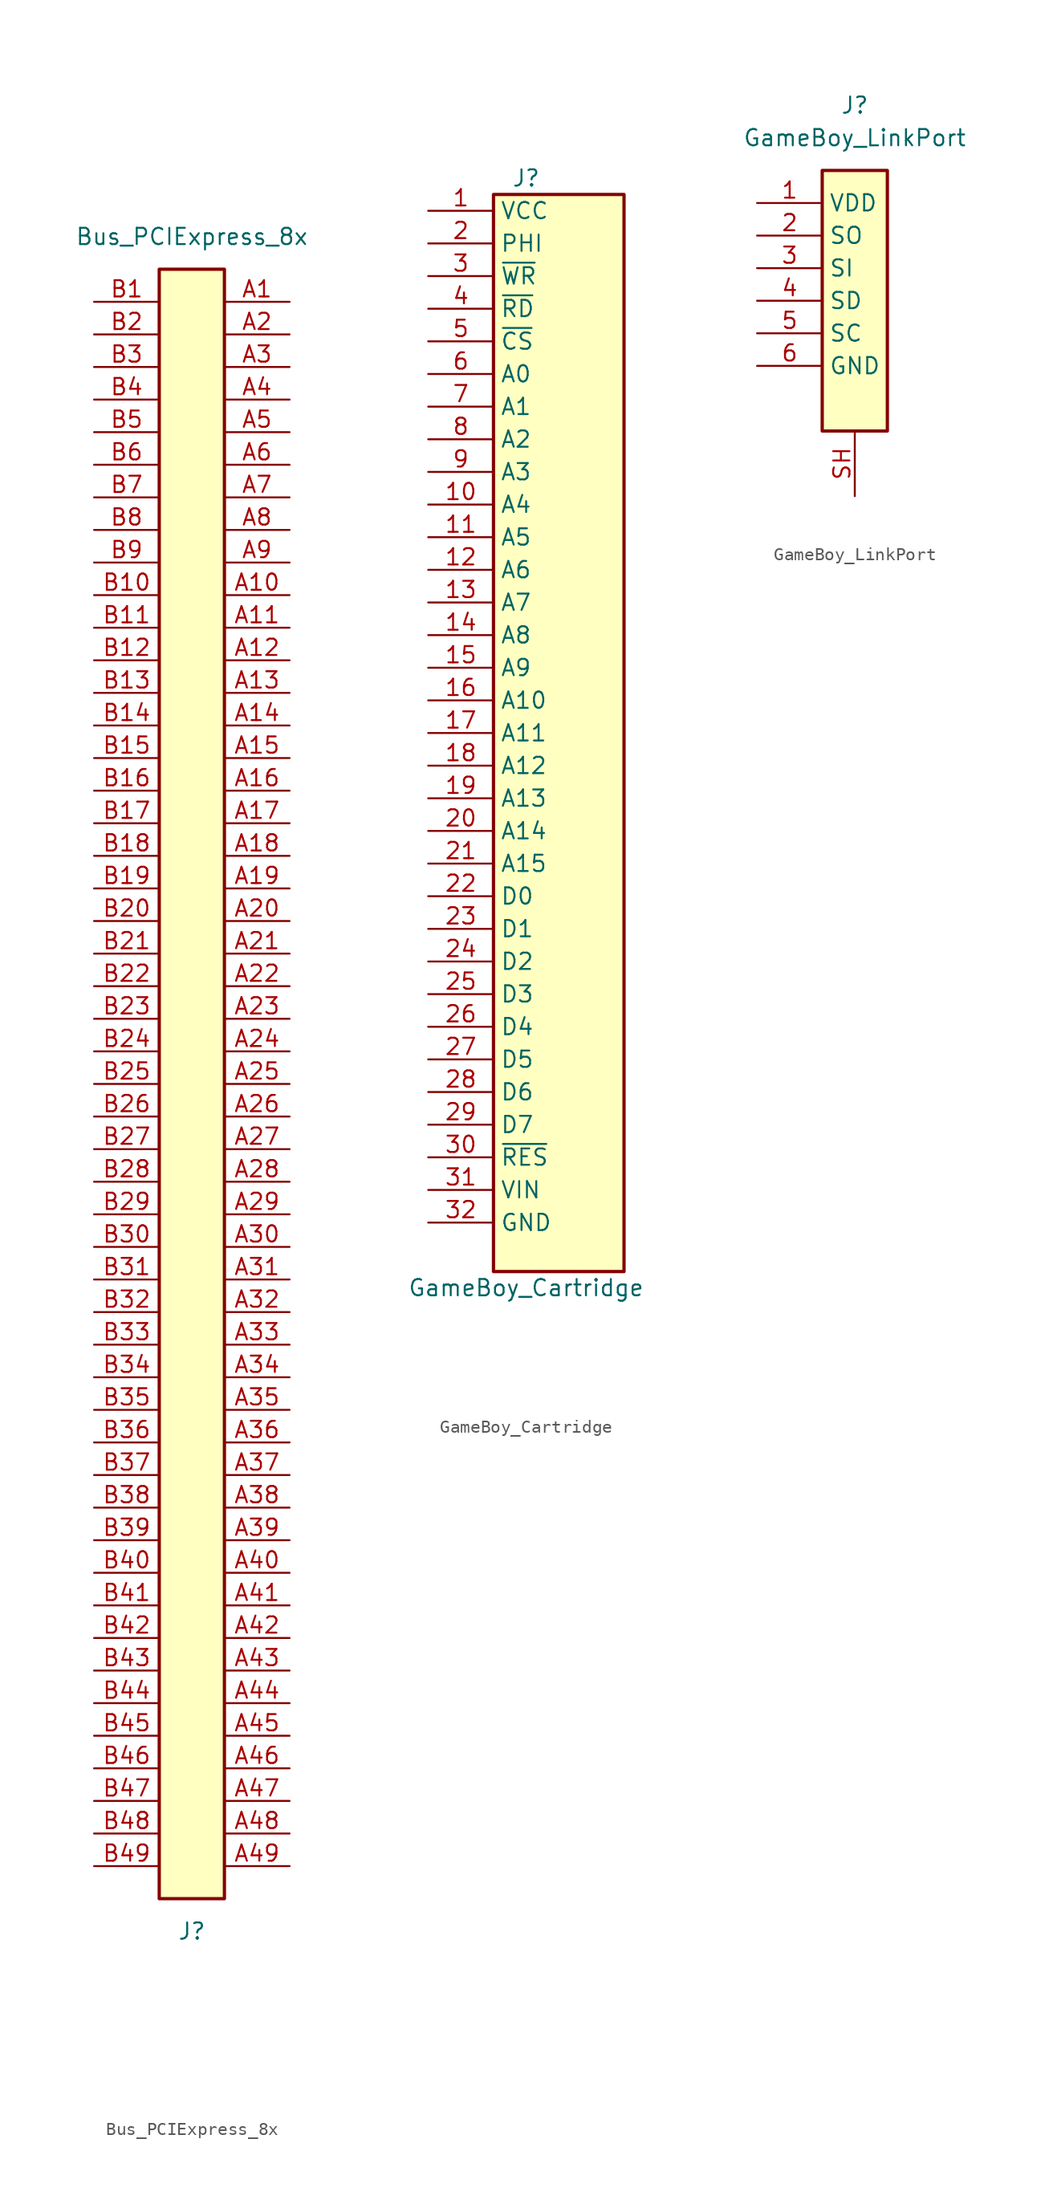
<source format=kicad_sym>
(kicad_symbol_lib
  (version 20211014)
  (generator kicad_symbol_editor)
  (symbol "Bus_PCIExpress_8x"
    (property "Reference" "J"
      (at 0 -66.04 0)
      (effects (font (size 1.27 1.27))))
    (property "Value" "Bus_PCIExpress_8x"
      (at 0 66.04 0)
      (effects (font (size 1.27 1.27))))
    (symbol "Bus_PCIExpress_8x_0_1"
      (rectangle (start -2.54 63.5) (end 2.54 -63.5) (stroke (width 0.254) (type default) (color 0 0 0 0)) (fill (type background))))
    (symbol "Bus_PCIExpress_8x_1_1"
      (pin passive line (at 7.62 60.96 180) (length 5.08) (name "~" (effects (font (size 1.27 1.27)))) (number "A1" (effects (font (size 1.27 1.27)))))
      (pin passive line (at 7.62 38.1 180) (length 5.08) (name "~" (effects (font (size 1.27 1.27)))) (number "A10" (effects (font (size 1.27 1.27)))))
      (pin passive line (at 7.62 35.56 180) (length 5.08) (name "~" (effects (font (size 1.27 1.27)))) (number "A11" (effects (font (size 1.27 1.27)))))
      (pin passive line (at 7.62 33.02 180) (length 5.08) (name "~" (effects (font (size 1.27 1.27)))) (number "A12" (effects (font (size 1.27 1.27)))))
      (pin passive line (at 7.62 30.48 180) (length 5.08) (name "~" (effects (font (size 1.27 1.27)))) (number "A13" (effects (font (size 1.27 1.27)))))
      (pin passive line (at 7.62 27.94 180) (length 5.08) (name "~" (effects (font (size 1.27 1.27)))) (number "A14" (effects (font (size 1.27 1.27)))))
      (pin passive line (at 7.62 25.4 180) (length 5.08) (name "~" (effects (font (size 1.27 1.27)))) (number "A15" (effects (font (size 1.27 1.27)))))
      (pin passive line (at 7.62 22.86 180) (length 5.08) (name "~" (effects (font (size 1.27 1.27)))) (number "A16" (effects (font (size 1.27 1.27)))))
      (pin passive line (at 7.62 20.32 180) (length 5.08) (name "~" (effects (font (size 1.27 1.27)))) (number "A17" (effects (font (size 1.27 1.27)))))
      (pin passive line (at 7.62 17.78 180) (length 5.08) (name "~" (effects (font (size 1.27 1.27)))) (number "A18" (effects (font (size 1.27 1.27)))))
      (pin passive line (at 7.62 15.24 180) (length 5.08) (name "~" (effects (font (size 1.27 1.27)))) (number "A19" (effects (font (size 1.27 1.27)))))
      (pin passive line (at 7.62 58.42 180) (length 5.08) (name "~" (effects (font (size 1.27 1.27)))) (number "A2" (effects (font (size 1.27 1.27)))))
      (pin passive line (at 7.62 12.7 180) (length 5.08) (name "~" (effects (font (size 1.27 1.27)))) (number "A20" (effects (font (size 1.27 1.27)))))
      (pin passive line (at 7.62 10.16 180) (length 5.08) (name "~" (effects (font (size 1.27 1.27)))) (number "A21" (effects (font (size 1.27 1.27)))))
      (pin passive line (at 7.62 7.62 180) (length 5.08) (name "~" (effects (font (size 1.27 1.27)))) (number "A22" (effects (font (size 1.27 1.27)))))
      (pin passive line (at 7.62 5.08 180) (length 5.08) (name "~" (effects (font (size 1.27 1.27)))) (number "A23" (effects (font (size 1.27 1.27)))))
      (pin passive line (at 7.62 2.54 180) (length 5.08) (name "~" (effects (font (size 1.27 1.27)))) (number "A24" (effects (font (size 1.27 1.27)))))
      (pin passive line (at 7.62 0 180) (length 5.08) (name "~" (effects (font (size 1.27 1.27)))) (number "A25" (effects (font (size 1.27 1.27)))))
      (pin passive line (at 7.62 -2.54 180) (length 5.08) (name "~" (effects (font (size 1.27 1.27)))) (number "A26" (effects (font (size 1.27 1.27)))))
      (pin passive line (at 7.62 -5.08 180) (length 5.08) (name "~" (effects (font (size 1.27 1.27)))) (number "A27" (effects (font (size 1.27 1.27)))))
      (pin passive line (at 7.62 -7.62 180) (length 5.08) (name "~" (effects (font (size 1.27 1.27)))) (number "A28" (effects (font (size 1.27 1.27)))))
      (pin passive line (at 7.62 -10.16 180) (length 5.08) (name "~" (effects (font (size 1.27 1.27)))) (number "A29" (effects (font (size 1.27 1.27)))))
      (pin passive line (at 7.62 55.88 180) (length 5.08) (name "~" (effects (font (size 1.27 1.27)))) (number "A3" (effects (font (size 1.27 1.27)))))
      (pin passive line (at 7.62 -12.7 180) (length 5.08) (name "~" (effects (font (size 1.27 1.27)))) (number "A30" (effects (font (size 1.27 1.27)))))
      (pin passive line (at 7.62 -15.24 180) (length 5.08) (name "~" (effects (font (size 1.27 1.27)))) (number "A31" (effects (font (size 1.27 1.27)))))
      (pin passive line (at 7.62 -17.78 180) (length 5.08) (name "~" (effects (font (size 1.27 1.27)))) (number "A32" (effects (font (size 1.27 1.27)))))
      (pin passive line (at 7.62 -20.32 180) (length 5.08) (name "~" (effects (font (size 1.27 1.27)))) (number "A33" (effects (font (size 1.27 1.27)))))
      (pin passive line (at 7.62 -22.86 180) (length 5.08) (name "~" (effects (font (size 1.27 1.27)))) (number "A34" (effects (font (size 1.27 1.27)))))
      (pin passive line (at 7.62 -25.4 180) (length 5.08) (name "~" (effects (font (size 1.27 1.27)))) (number "A35" (effects (font (size 1.27 1.27)))))
      (pin passive line (at 7.62 -27.94 180) (length 5.08) (name "~" (effects (font (size 1.27 1.27)))) (number "A36" (effects (font (size 1.27 1.27)))))
      (pin passive line (at 7.62 -30.48 180) (length 5.08) (name "~" (effects (font (size 1.27 1.27)))) (number "A37" (effects (font (size 1.27 1.27)))))
      (pin passive line (at 7.62 -33.02 180) (length 5.08) (name "~" (effects (font (size 1.27 1.27)))) (number "A38" (effects (font (size 1.27 1.27)))))
      (pin passive line (at 7.62 -35.56 180) (length 5.08) (name "~" (effects (font (size 1.27 1.27)))) (number "A39" (effects (font (size 1.27 1.27)))))
      (pin passive line (at 7.62 53.34 180) (length 5.08) (name "~" (effects (font (size 1.27 1.27)))) (number "A4" (effects (font (size 1.27 1.27)))))
      (pin passive line (at 7.62 -38.1 180) (length 5.08) (name "~" (effects (font (size 1.27 1.27)))) (number "A40" (effects (font (size 1.27 1.27)))))
      (pin passive line (at 7.62 -40.64 180) (length 5.08) (name "~" (effects (font (size 1.27 1.27)))) (number "A41" (effects (font (size 1.27 1.27)))))
      (pin passive line (at 7.62 -43.18 180) (length 5.08) (name "~" (effects (font (size 1.27 1.27)))) (number "A42" (effects (font (size 1.27 1.27)))))
      (pin passive line (at 7.62 -45.72 180) (length 5.08) (name "~" (effects (font (size 1.27 1.27)))) (number "A43" (effects (font (size 1.27 1.27)))))
      (pin passive line (at 7.62 -48.26 180) (length 5.08) (name "~" (effects (font (size 1.27 1.27)))) (number "A44" (effects (font (size 1.27 1.27)))))
      (pin passive line (at 7.62 -50.8 180) (length 5.08) (name "~" (effects (font (size 1.27 1.27)))) (number "A45" (effects (font (size 1.27 1.27)))))
      (pin passive line (at 7.62 -53.34 180) (length 5.08) (name "~" (effects (font (size 1.27 1.27)))) (number "A46" (effects (font (size 1.27 1.27)))))
      (pin passive line (at 7.62 -55.88 180) (length 5.08) (name "~" (effects (font (size 1.27 1.27)))) (number "A47" (effects (font (size 1.27 1.27)))))
      (pin passive line (at 7.62 -58.42 180) (length 5.08) (name "~" (effects (font (size 1.27 1.27)))) (number "A48" (effects (font (size 1.27 1.27)))))
      (pin passive line (at 7.62 -60.96 180) (length 5.08) (name "~" (effects (font (size 1.27 1.27)))) (number "A49" (effects (font (size 1.27 1.27)))))
      (pin passive line (at 7.62 50.8 180) (length 5.08) (name "~" (effects (font (size 1.27 1.27)))) (number "A5" (effects (font (size 1.27 1.27)))))
      (pin passive line (at 7.62 48.26 180) (length 5.08) (name "~" (effects (font (size 1.27 1.27)))) (number "A6" (effects (font (size 1.27 1.27)))))
      (pin passive line (at 7.62 45.72 180) (length 5.08) (name "~" (effects (font (size 1.27 1.27)))) (number "A7" (effects (font (size 1.27 1.27)))))
      (pin passive line (at 7.62 43.18 180) (length 5.08) (name "~" (effects (font (size 1.27 1.27)))) (number "A8" (effects (font (size 1.27 1.27)))))
      (pin passive line (at 7.62 40.64 180) (length 5.08) (name "~" (effects (font (size 1.27 1.27)))) (number "A9" (effects (font (size 1.27 1.27)))))
      (pin passive line (at -7.62 60.96 0) (length 5.08) (name "~" (effects (font (size 1.27 1.27)))) (number "B1" (effects (font (size 1.27 1.27)))))
      (pin passive line (at -7.62 38.1 0) (length 5.08) (name "~" (effects (font (size 1.27 1.27)))) (number "B10" (effects (font (size 1.27 1.27)))))
      (pin passive line (at -7.62 35.56 0) (length 5.08) (name "~" (effects (font (size 1.27 1.27)))) (number "B11" (effects (font (size 1.27 1.27)))))
      (pin passive line (at -7.62 33.02 0) (length 5.08) (name "~" (effects (font (size 1.27 1.27)))) (number "B12" (effects (font (size 1.27 1.27)))))
      (pin passive line (at -7.62 30.48 0) (length 5.08) (name "~" (effects (font (size 1.27 1.27)))) (number "B13" (effects (font (size 1.27 1.27)))))
      (pin passive line (at -7.62 27.94 0) (length 5.08) (name "~" (effects (font (size 1.27 1.27)))) (number "B14" (effects (font (size 1.27 1.27)))))
      (pin passive line (at -7.62 25.4 0) (length 5.08) (name "~" (effects (font (size 1.27 1.27)))) (number "B15" (effects (font (size 1.27 1.27)))))
      (pin passive line (at -7.62 22.86 0) (length 5.08) (name "~" (effects (font (size 1.27 1.27)))) (number "B16" (effects (font (size 1.27 1.27)))))
      (pin passive line (at -7.62 20.32 0) (length 5.08) (name "~" (effects (font (size 1.27 1.27)))) (number "B17" (effects (font (size 1.27 1.27)))))
      (pin passive line (at -7.62 17.78 0) (length 5.08) (name "~" (effects (font (size 1.27 1.27)))) (number "B18" (effects (font (size 1.27 1.27)))))
      (pin passive line (at -7.62 15.24 0) (length 5.08) (name "~" (effects (font (size 1.27 1.27)))) (number "B19" (effects (font (size 1.27 1.27)))))
      (pin passive line (at -7.62 58.42 0) (length 5.08) (name "~" (effects (font (size 1.27 1.27)))) (number "B2" (effects (font (size 1.27 1.27)))))
      (pin passive line (at -7.62 12.7 0) (length 5.08) (name "~" (effects (font (size 1.27 1.27)))) (number "B20" (effects (font (size 1.27 1.27)))))
      (pin passive line (at -7.62 10.16 0) (length 5.08) (name "~" (effects (font (size 1.27 1.27)))) (number "B21" (effects (font (size 1.27 1.27)))))
      (pin passive line (at -7.62 7.62 0) (length 5.08) (name "~" (effects (font (size 1.27 1.27)))) (number "B22" (effects (font (size 1.27 1.27)))))
      (pin passive line (at -7.62 5.08 0) (length 5.08) (name "~" (effects (font (size 1.27 1.27)))) (number "B23" (effects (font (size 1.27 1.27)))))
      (pin passive line (at -7.62 2.54 0) (length 5.08) (name "~" (effects (font (size 1.27 1.27)))) (number "B24" (effects (font (size 1.27 1.27)))))
      (pin passive line (at -7.62 0 0) (length 5.08) (name "~" (effects (font (size 1.27 1.27)))) (number "B25" (effects (font (size 1.27 1.27)))))
      (pin passive line (at -7.62 -2.54 0) (length 5.08) (name "~" (effects (font (size 1.27 1.27)))) (number "B26" (effects (font (size 1.27 1.27)))))
      (pin passive line (at -7.62 -5.08 0) (length 5.08) (name "~" (effects (font (size 1.27 1.27)))) (number "B27" (effects (font (size 1.27 1.27)))))
      (pin passive line (at -7.62 -7.62 0) (length 5.08) (name "~" (effects (font (size 1.27 1.27)))) (number "B28" (effects (font (size 1.27 1.27)))))
      (pin passive line (at -7.62 -10.16 0) (length 5.08) (name "~" (effects (font (size 1.27 1.27)))) (number "B29" (effects (font (size 1.27 1.27)))))
      (pin passive line (at -7.62 55.88 0) (length 5.08) (name "~" (effects (font (size 1.27 1.27)))) (number "B3" (effects (font (size 1.27 1.27)))))
      (pin passive line (at -7.62 -12.7 0) (length 5.08) (name "~" (effects (font (size 1.27 1.27)))) (number "B30" (effects (font (size 1.27 1.27)))))
      (pin passive line (at -7.62 -15.24 0) (length 5.08) (name "~" (effects (font (size 1.27 1.27)))) (number "B31" (effects (font (size 1.27 1.27)))))
      (pin passive line (at -7.62 -17.78 0) (length 5.08) (name "~" (effects (font (size 1.27 1.27)))) (number "B32" (effects (font (size 1.27 1.27)))))
      (pin passive line (at -7.62 -20.32 0) (length 5.08) (name "~" (effects (font (size 1.27 1.27)))) (number "B33" (effects (font (size 1.27 1.27)))))
      (pin passive line (at -7.62 -22.86 0) (length 5.08) (name "~" (effects (font (size 1.27 1.27)))) (number "B34" (effects (font (size 1.27 1.27)))))
      (pin passive line (at -7.62 -25.4 0) (length 5.08) (name "~" (effects (font (size 1.27 1.27)))) (number "B35" (effects (font (size 1.27 1.27)))))
      (pin passive line (at -7.62 -27.94 0) (length 5.08) (name "~" (effects (font (size 1.27 1.27)))) (number "B36" (effects (font (size 1.27 1.27)))))
      (pin passive line (at -7.62 -30.48 0) (length 5.08) (name "~" (effects (font (size 1.27 1.27)))) (number "B37" (effects (font (size 1.27 1.27)))))
      (pin passive line (at -7.62 -33.02 0) (length 5.08) (name "~" (effects (font (size 1.27 1.27)))) (number "B38" (effects (font (size 1.27 1.27)))))
      (pin passive line (at -7.62 -35.56 0) (length 5.08) (name "~" (effects (font (size 1.27 1.27)))) (number "B39" (effects (font (size 1.27 1.27)))))
      (pin passive line (at -7.62 53.34 0) (length 5.08) (name "~" (effects (font (size 1.27 1.27)))) (number "B4" (effects (font (size 1.27 1.27)))))
      (pin passive line (at -7.62 -38.1 0) (length 5.08) (name "~" (effects (font (size 1.27 1.27)))) (number "B40" (effects (font (size 1.27 1.27)))))
      (pin passive line (at -7.62 -40.64 0) (length 5.08) (name "~" (effects (font (size 1.27 1.27)))) (number "B41" (effects (font (size 1.27 1.27)))))
      (pin passive line (at -7.62 -43.18 0) (length 5.08) (name "~" (effects (font (size 1.27 1.27)))) (number "B42" (effects (font (size 1.27 1.27)))))
      (pin passive line (at -7.62 -45.72 0) (length 5.08) (name "~" (effects (font (size 1.27 1.27)))) (number "B43" (effects (font (size 1.27 1.27)))))
      (pin passive line (at -7.62 -48.26 0) (length 5.08) (name "~" (effects (font (size 1.27 1.27)))) (number "B44" (effects (font (size 1.27 1.27)))))
      (pin passive line (at -7.62 -50.8 0) (length 5.08) (name "~" (effects (font (size 1.27 1.27)))) (number "B45" (effects (font (size 1.27 1.27)))))
      (pin passive line (at -7.62 -53.34 0) (length 5.08) (name "~" (effects (font (size 1.27 1.27)))) (number "B46" (effects (font (size 1.27 1.27)))))
      (pin passive line (at -7.62 -55.88 0) (length 5.08) (name "~" (effects (font (size 1.27 1.27)))) (number "B47" (effects (font (size 1.27 1.27)))))
      (pin passive line (at -7.62 -58.42 0) (length 5.08) (name "~" (effects (font (size 1.27 1.27)))) (number "B48" (effects (font (size 1.27 1.27)))))
      (pin passive line (at -7.62 -60.96 0) (length 5.08) (name "~" (effects (font (size 1.27 1.27)))) (number "B49" (effects (font (size 1.27 1.27)))))
      (pin passive line (at -7.62 50.8 0) (length 5.08) (name "~" (effects (font (size 1.27 1.27)))) (number "B5" (effects (font (size 1.27 1.27)))))
      (pin passive line (at -7.62 48.26 0) (length 5.08) (name "~" (effects (font (size 1.27 1.27)))) (number "B6" (effects (font (size 1.27 1.27)))))
      (pin passive line (at -7.62 45.72 0) (length 5.08) (name "~" (effects (font (size 1.27 1.27)))) (number "B7" (effects (font (size 1.27 1.27)))))
      (pin passive line (at -7.62 43.18 0) (length 5.08) (name "~" (effects (font (size 1.27 1.27)))) (number "B8" (effects (font (size 1.27 1.27)))))
      (pin passive line (at -7.62 40.64 0) (length 5.08) (name "~" (effects (font (size 1.27 1.27)))) (number "B9" (effects (font (size 1.27 1.27)))))))
  (symbol "GameBoy_Cartridge"
    (property "Reference" "J"
      (at -2.54 43.18 0)
      (effects (font (size 1.27 1.27))))
    (property "Value" "GameBoy_Cartridge"
      (at -2.54 -43.18 0)
      (effects (font (size 1.27 1.27))))
    (symbol "GameBoy_Cartridge_0_1"
      (rectangle (start -5.08 41.91) (end 5.08 -41.91) (stroke (width 0.254) (type default) (color 0 0 0 0)) (fill (type background))))
    (symbol "GameBoy_Cartridge_1_1"
      (pin passive line (at -10.16 40.64 0) (length 5.08) (name "VCC" (effects (font (size 1.27 1.27)))) (number "1" (effects (font (size 1.27 1.27)))))
      (pin passive line (at -10.16 17.78 0) (length 5.08) (name "A4" (effects (font (size 1.27 1.27)))) (number "10" (effects (font (size 1.27 1.27)))))
      (pin passive line (at -10.16 15.24 0) (length 5.08) (name "A5" (effects (font (size 1.27 1.27)))) (number "11" (effects (font (size 1.27 1.27)))))
      (pin passive line (at -10.16 12.7 0) (length 5.08) (name "A6" (effects (font (size 1.27 1.27)))) (number "12" (effects (font (size 1.27 1.27)))))
      (pin passive line (at -10.16 10.16 0) (length 5.08) (name "A7" (effects (font (size 1.27 1.27)))) (number "13" (effects (font (size 1.27 1.27)))))
      (pin passive line (at -10.16 7.62 0) (length 5.08) (name "A8" (effects (font (size 1.27 1.27)))) (number "14" (effects (font (size 1.27 1.27)))))
      (pin passive line (at -10.16 5.08 0) (length 5.08) (name "A9" (effects (font (size 1.27 1.27)))) (number "15" (effects (font (size 1.27 1.27)))))
      (pin passive line (at -10.16 2.54 0) (length 5.08) (name "A10" (effects (font (size 1.27 1.27)))) (number "16" (effects (font (size 1.27 1.27)))))
      (pin passive line (at -10.16 0 0) (length 5.08) (name "A11" (effects (font (size 1.27 1.27)))) (number "17" (effects (font (size 1.27 1.27)))))
      (pin passive line (at -10.16 -2.54 0) (length 5.08) (name "A12" (effects (font (size 1.27 1.27)))) (number "18" (effects (font (size 1.27 1.27)))))
      (pin passive line (at -10.16 -5.08 0) (length 5.08) (name "A13" (effects (font (size 1.27 1.27)))) (number "19" (effects (font (size 1.27 1.27)))))
      (pin passive line (at -10.16 38.1 0) (length 5.08) (name "PHI" (effects (font (size 1.27 1.27)))) (number "2" (effects (font (size 1.27 1.27)))))
      (pin passive line (at -10.16 -7.62 0) (length 5.08) (name "A14" (effects (font (size 1.27 1.27)))) (number "20" (effects (font (size 1.27 1.27)))))
      (pin passive line (at -10.16 -10.16 0) (length 5.08) (name "A15" (effects (font (size 1.27 1.27)))) (number "21" (effects (font (size 1.27 1.27)))))
      (pin passive line (at -10.16 -12.7 0) (length 5.08) (name "D0" (effects (font (size 1.27 1.27)))) (number "22" (effects (font (size 1.27 1.27)))))
      (pin passive line (at -10.16 -15.24 0) (length 5.08) (name "D1" (effects (font (size 1.27 1.27)))) (number "23" (effects (font (size 1.27 1.27)))))
      (pin passive line (at -10.16 -17.78 0) (length 5.08) (name "D2" (effects (font (size 1.27 1.27)))) (number "24" (effects (font (size 1.27 1.27)))))
      (pin passive line (at -10.16 -20.32 0) (length 5.08) (name "D3" (effects (font (size 1.27 1.27)))) (number "25" (effects (font (size 1.27 1.27)))))
      (pin passive line (at -10.16 -22.86 0) (length 5.08) (name "D4" (effects (font (size 1.27 1.27)))) (number "26" (effects (font (size 1.27 1.27)))))
      (pin passive line (at -10.16 -25.4 0) (length 5.08) (name "D5" (effects (font (size 1.27 1.27)))) (number "27" (effects (font (size 1.27 1.27)))))
      (pin passive line (at -10.16 -27.94 0) (length 5.08) (name "D6" (effects (font (size 1.27 1.27)))) (number "28" (effects (font (size 1.27 1.27)))))
      (pin passive line (at -10.16 -30.48 0) (length 5.08) (name "D7" (effects (font (size 1.27 1.27)))) (number "29" (effects (font (size 1.27 1.27)))))
      (pin passive line (at -10.16 35.56 0) (length 5.08) (name "~{WR}" (effects (font (size 1.27 1.27)))) (number "3" (effects (font (size 1.27 1.27)))))
      (pin passive line (at -10.16 -33.02 0) (length 5.08) (name "~{RES}" (effects (font (size 1.27 1.27)))) (number "30" (effects (font (size 1.27 1.27)))))
      (pin passive line (at -10.16 -35.56 0) (length 5.08) (name "VIN" (effects (font (size 1.27 1.27)))) (number "31" (effects (font (size 1.27 1.27)))))
      (pin passive line (at -10.16 -38.1 0) (length 5.08) (name "GND" (effects (font (size 1.27 1.27)))) (number "32" (effects (font (size 1.27 1.27)))))
      (pin passive line (at -10.16 33.02 0) (length 5.08) (name "~{RD}" (effects (font (size 1.27 1.27)))) (number "4" (effects (font (size 1.27 1.27)))))
      (pin passive line (at -10.16 30.48 0) (length 5.08) (name "~{CS}" (effects (font (size 1.27 1.27)))) (number "5" (effects (font (size 1.27 1.27)))))
      (pin passive line (at -10.16 27.94 0) (length 5.08) (name "A0" (effects (font (size 1.27 1.27)))) (number "6" (effects (font (size 1.27 1.27)))))
      (pin passive line (at -10.16 25.4 0) (length 5.08) (name "A1" (effects (font (size 1.27 1.27)))) (number "7" (effects (font (size 1.27 1.27)))))
      (pin passive line (at -10.16 22.86 0) (length 5.08) (name "A2" (effects (font (size 1.27 1.27)))) (number "8" (effects (font (size 1.27 1.27)))))
      (pin passive line (at -10.16 20.32 0) (length 5.08) (name "A3" (effects (font (size 1.27 1.27)))) (number "9" (effects (font (size 1.27 1.27)))))))
  (symbol "GameBoy_LinkPort"
    (property "Reference" "J"
      (at 0 15.24 0)
      (effects (font (size 1.27 1.27))))
    (property "Value" "GameBoy_LinkPort"
      (at 0 12.7 0)
      (effects (font (size 1.27 1.27))))
    (symbol "GameBoy_LinkPort_0_1"
      (rectangle (start -2.54 10.16) (end 2.54 -10.16) (stroke (width 0.254) (type default) (color 0 0 0 0)) (fill (type background))))
    (symbol "GameBoy_LinkPort_1_1"
      (pin passive line (at -7.62 7.62 0) (length 5.08) (name "VDD" (effects (font (size 1.27 1.27)))) (number "1" (effects (font (size 1.27 1.27)))))
      (pin passive line (at -7.62 5.08 0) (length 5.08) (name "SO" (effects (font (size 1.27 1.27)))) (number "2" (effects (font (size 1.27 1.27)))))
      (pin passive line (at -7.62 2.54 0) (length 5.08) (name "SI" (effects (font (size 1.27 1.27)))) (number "3" (effects (font (size 1.27 1.27)))))
      (pin passive line (at -7.62 0 0) (length 5.08) (name "SD" (effects (font (size 1.27 1.27)))) (number "4" (effects (font (size 1.27 1.27)))))
      (pin passive line (at -7.62 -2.54 0) (length 5.08) (name "SC" (effects (font (size 1.27 1.27)))) (number "5" (effects (font (size 1.27 1.27)))))
      (pin passive line (at -7.62 -5.08 0) (length 5.08) (name "GND" (effects (font (size 1.27 1.27)))) (number "6" (effects (font (size 1.27 1.27)))))
      (pin passive line (at 0 -15.24 90) (length 5.08) (name "~" (effects (font (size 1.27 1.27)))) (number "SH" (effects (font (size 1.27 1.27))))))))
</source>
